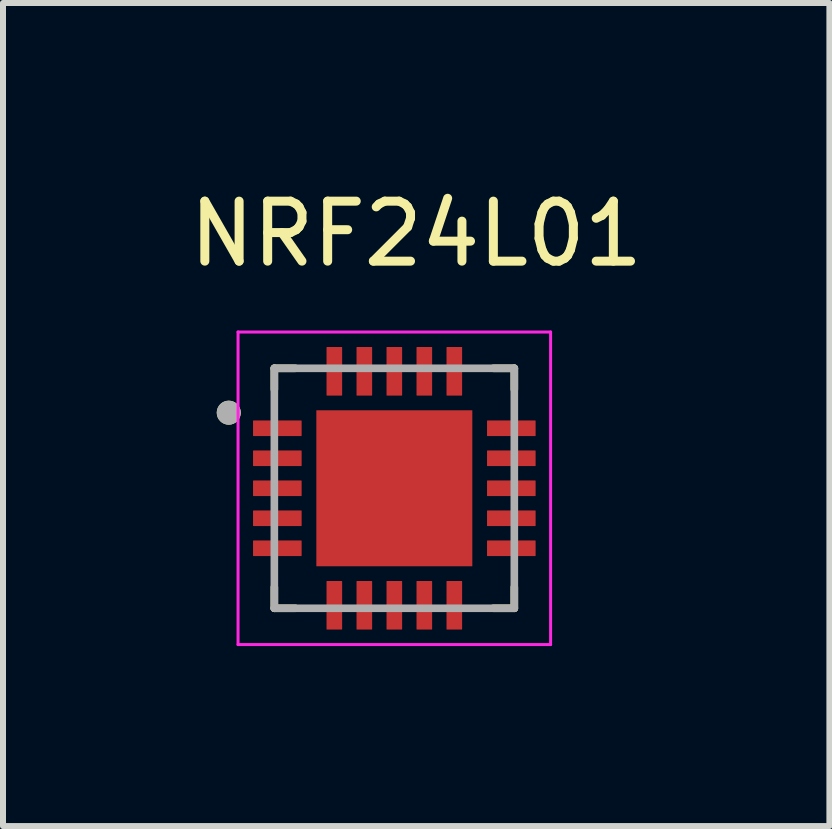
<source format=kicad_pcb>
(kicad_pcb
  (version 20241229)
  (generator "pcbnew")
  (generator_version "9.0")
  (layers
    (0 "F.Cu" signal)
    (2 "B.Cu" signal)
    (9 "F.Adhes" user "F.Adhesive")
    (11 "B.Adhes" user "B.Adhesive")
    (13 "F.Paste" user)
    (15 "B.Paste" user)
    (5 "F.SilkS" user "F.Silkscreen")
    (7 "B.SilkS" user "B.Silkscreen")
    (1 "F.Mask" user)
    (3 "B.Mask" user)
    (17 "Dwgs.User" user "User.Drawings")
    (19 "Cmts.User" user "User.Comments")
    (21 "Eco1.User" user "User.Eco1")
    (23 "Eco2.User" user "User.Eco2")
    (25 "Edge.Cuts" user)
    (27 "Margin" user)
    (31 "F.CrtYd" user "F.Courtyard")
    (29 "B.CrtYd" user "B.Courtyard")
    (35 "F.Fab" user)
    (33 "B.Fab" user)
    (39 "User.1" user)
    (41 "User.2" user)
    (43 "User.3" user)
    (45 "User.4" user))
  (footprint "NRF24L01"
    (layer "F.Cu")
    (at 3.523 5.089)
    (property "Reference" "NRF24L01" (at 0.365 -4.241 0) (layer "F.SilkS") (effects (font (size 1 1) (thickness 0.15))))
    (attr smd)
    (fp_line (start -2 -2) (end -2 -1.65) (stroke (width 0.127) (type solid)) (layer "F.SilkS"))
    (fp_line (start -2 -2) (end -1.65 -2) (stroke (width 0.127) (type solid)) (layer "F.SilkS"))
    (fp_line (start -2 2) (end -2 1.65) (stroke (width 0.127) (type solid)) (layer "F.SilkS"))
    (fp_line (start -2 2) (end -1.65 2) (stroke (width 0.127) (type solid)) (layer "F.SilkS"))
    (fp_line (start 2 -2) (end 1.65 -2) (stroke (width 0.127) (type solid)) (layer "F.SilkS"))
    (fp_line (start 2 -2) (end 2 -1.65) (stroke (width 0.127) (type solid)) (layer "F.SilkS"))
    (fp_line (start 2 2) (end 1.65 2) (stroke (width 0.127) (type solid)) (layer "F.SilkS"))
    (fp_line (start 2 2) (end 2 1.65) (stroke (width 0.127) (type solid)) (layer "F.SilkS"))
    (fp_circle (center -2.76 -1.26) (end -2.66 -1.26) (stroke (width 0.2) (type solid)) (fill no) (layer "F.SilkS"))
    (fp_poly (pts (xy -0.981 -0.98) (xy -0.16 -0.98) (xy -0.16 -0.16) (xy -0.981 -0.16)) (stroke (width 0.01) (type solid)) (fill yes) (layer "F.Paste"))
    (fp_poly (pts (xy -0.98 0.16) (xy -0.16 0.16) (xy -0.16 0.98) (xy -0.98 0.98)) (stroke (width 0.01) (type solid)) (fill yes) (layer "F.Paste"))
    (fp_poly (pts (xy 0.16 0.16) (xy 0.98 0.16) (xy 0.98 0.98) (xy 0.16 0.98)) (stroke (width 0.01) (type solid)) (fill yes) (layer "F.Paste"))
    (fp_poly (pts (xy 0.16 -0.98) (xy 0.98 -0.98) (xy 0.98 -0.16) (xy 0.16 -0.16)) (stroke (width 0.01) (type solid)) (fill yes) (layer "F.Paste"))
    (fp_line (start -2.605 -2.605) (end 2.605 -2.605) (stroke (width 0.05) (type solid)) (layer "F.CrtYd"))
    (fp_line (start -2.605 2.605) (end -2.605 -2.605) (stroke (width 0.05) (type solid)) (layer "F.CrtYd"))
    (fp_line (start -2.605 2.605) (end 2.605 2.605) (stroke (width 0.05) (type solid)) (layer "F.CrtYd"))
    (fp_line (start 2.605 2.605) (end 2.605 -2.605) (stroke (width 0.05) (type solid)) (layer "F.CrtYd"))
    (fp_line (start -2 2) (end -2 -2) (stroke (width 0.127) (type solid)) (layer "F.Fab"))
    (fp_line (start 2 -2) (end -2 -2) (stroke (width 0.127) (type solid)) (layer "F.Fab"))
    (fp_line (start 2 2) (end -2 2) (stroke (width 0.127) (type solid)) (layer "F.Fab"))
    (fp_line (start 2 2) (end 2 -2) (stroke (width 0.127) (type solid)) (layer "F.Fab"))
    (fp_circle (center -2.76 -1.26) (end -2.66 -1.26) (stroke (width 0.2) (type solid)) (fill no) (layer "F.Fab"))
    (pad "1" smd roundrect (at -1.95 -1) (size 0.81 0.26) (layers "F.Cu" "F.Mask" "F.Paste") (roundrect_rratio 0.03))
    (pad "2" smd roundrect (at -1.95 -0.5) (size 0.81 0.26) (layers "F.Cu" "F.Mask" "F.Paste") (roundrect_rratio 0.03))
    (pad "3" smd roundrect (at -1.95 0) (size 0.81 0.26) (layers "F.Cu" "F.Mask" "F.Paste") (roundrect_rratio 0.03))
    (pad "4" smd roundrect (at -1.95 0.5) (size 0.81 0.26) (layers "F.Cu" "F.Mask" "F.Paste") (roundrect_rratio 0.03))
    (pad "5" smd roundrect (at -1.95 1) (size 0.81 0.26) (layers "F.Cu" "F.Mask" "F.Paste") (roundrect_rratio 0.03))
    (pad "6" smd roundrect (at -1 1.95 90) (size 0.81 0.26) (layers "F.Cu" "F.Mask" "F.Paste") (roundrect_rratio 0.03))
    (pad "7" smd roundrect (at -0.5 1.95 90) (size 0.81 0.26) (layers "F.Cu" "F.Mask" "F.Paste") (roundrect_rratio 0.03))
    (pad "8" smd roundrect (at 0 1.95 90) (size 0.81 0.26) (layers "F.Cu" "F.Mask" "F.Paste") (roundrect_rratio 0.03))
    (pad "9" smd roundrect (at 0.5 1.95 90) (size 0.81 0.26) (layers "F.Cu" "F.Mask" "F.Paste") (roundrect_rratio 0.03))
    (pad "10" smd roundrect (at 1 1.95 90) (size 0.81 0.26) (layers "F.Cu" "F.Mask" "F.Paste") (roundrect_rratio 0.03))
    (pad "11" smd roundrect (at 1.95 1) (size 0.81 0.26) (layers "F.Cu" "F.Mask" "F.Paste") (roundrect_rratio 0.03))
    (pad "12" smd roundrect (at 1.95 0.5) (size 0.81 0.26) (layers "F.Cu" "F.Mask" "F.Paste") (roundrect_rratio 0.03))
    (pad "13" smd roundrect (at 1.95 0) (size 0.81 0.26) (layers "F.Cu" "F.Mask" "F.Paste") (roundrect_rratio 0.03))
    (pad "14" smd roundrect (at 1.95 -0.5) (size 0.81 0.26) (layers "F.Cu" "F.Mask" "F.Paste") (roundrect_rratio 0.03))
    (pad "15" smd roundrect (at 1.95 -1) (size 0.81 0.26) (layers "F.Cu" "F.Mask" "F.Paste") (roundrect_rratio 0.03))
    (pad "16" smd roundrect (at 1 -1.95 90) (size 0.81 0.26) (layers "F.Cu" "F.Mask" "F.Paste") (roundrect_rratio 0.03))
    (pad "17" smd roundrect (at 0.5 -1.95 90) (size 0.81 0.26) (layers "F.Cu" "F.Mask" "F.Paste") (roundrect_rratio 0.03))
    (pad "18" smd roundrect (at 0 -1.95 90) (size 0.81 0.26) (layers "F.Cu" "F.Mask" "F.Paste") (roundrect_rratio 0.03))
    (pad "19" smd roundrect (at -0.5 -1.95 90) (size 0.81 0.26) (layers "F.Cu" "F.Mask" "F.Paste") (roundrect_rratio 0.03))
    (pad "20" smd roundrect (at -1 -1.95 90) (size 0.81 0.26) (layers "F.Cu" "F.Mask" "F.Paste") (roundrect_rratio 0.03))
    (pad "21" smd rect (at 0 0) (size 2.6 2.6) (layers "F.Cu" "F.Mask")))
  (gr_rect
    (start -3 -3)
    (end 10.775 10.719)
    (stroke (width 0.1) (type default))
    (fill no)
    (layer "Edge.Cuts")))
</source>
